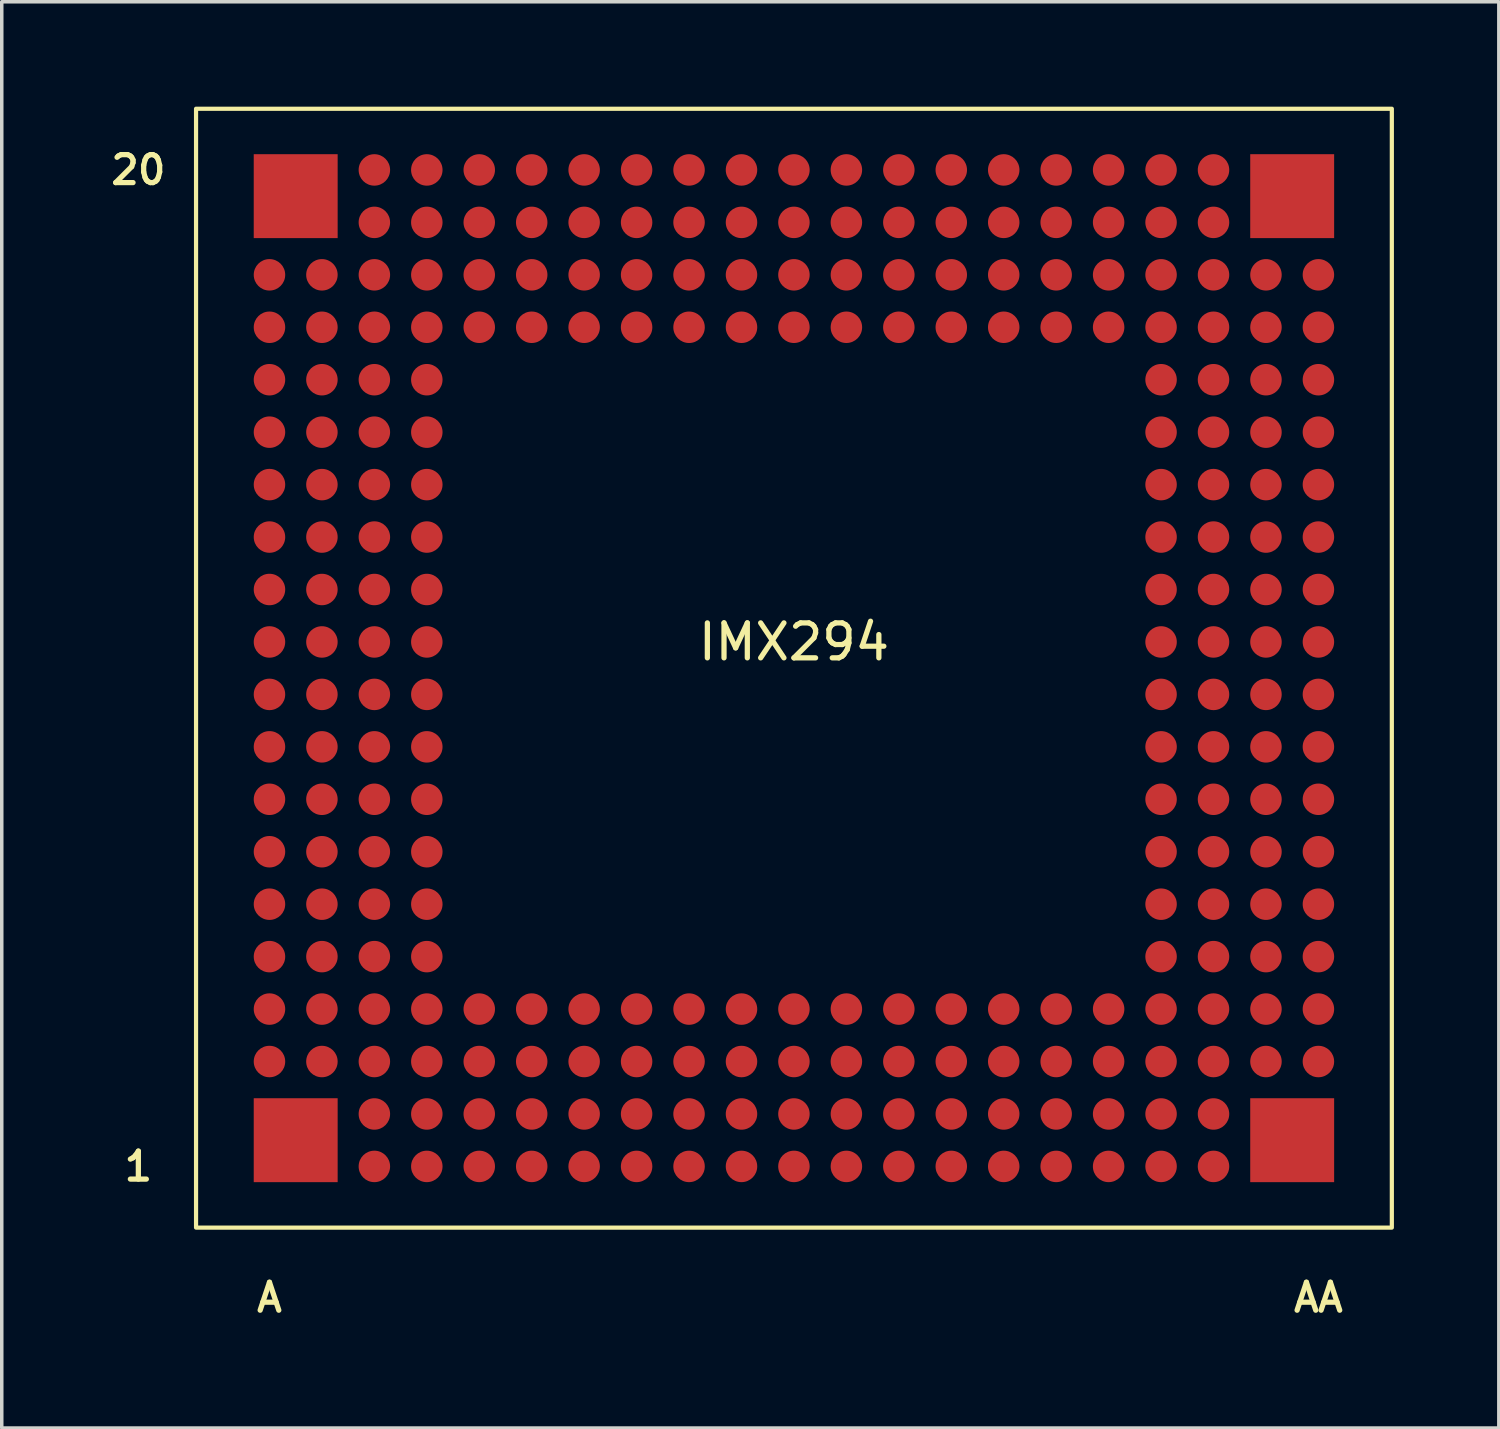
<source format=kicad_pcb>
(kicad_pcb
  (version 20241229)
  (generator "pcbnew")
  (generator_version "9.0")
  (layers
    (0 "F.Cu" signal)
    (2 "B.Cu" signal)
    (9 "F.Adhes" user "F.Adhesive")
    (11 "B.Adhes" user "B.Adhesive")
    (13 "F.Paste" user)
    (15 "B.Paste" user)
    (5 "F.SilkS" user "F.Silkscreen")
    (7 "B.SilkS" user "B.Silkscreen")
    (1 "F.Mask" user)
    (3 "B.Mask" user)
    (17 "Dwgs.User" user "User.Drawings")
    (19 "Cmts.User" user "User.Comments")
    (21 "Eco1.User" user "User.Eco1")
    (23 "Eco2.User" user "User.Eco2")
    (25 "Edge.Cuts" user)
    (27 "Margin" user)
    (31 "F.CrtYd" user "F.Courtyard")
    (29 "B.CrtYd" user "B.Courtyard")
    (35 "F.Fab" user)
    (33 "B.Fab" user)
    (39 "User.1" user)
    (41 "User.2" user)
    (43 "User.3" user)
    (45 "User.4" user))
  (footprint "IMX294"
    (layer "F.Cu")
    (at 19.657 16.06)
    (property "Reference" "IMX294" (at 0 -0.75 0) (unlocked yes) (layer "F.SilkS") (effects (font (size 1 1) (thickness 0.15))))
    (attr smd)
    (fp_rect (start 17.1 -16) (end -17.1 16) (stroke (width 0.12) (type solid)) (fill no) (layer "F.SilkS"))
    (fp_text user "1" (at -18.75 14.25 0) (unlocked yes) (layer "F.SilkS") (effects (font (size 0.8 0.8) (thickness 0.15))))
    (fp_text user "20" (at -18.75 -14.25 0) (unlocked yes) (layer "F.SilkS") (effects (font (size 0.8 0.8) (thickness 0.15))))
    (fp_text user "AA" (at 15 18 0) (unlocked yes) (layer "F.SilkS") (effects (font (size 0.8 0.8) (thickness 0.15))))
    (fp_text user "A" (at -15 18 0) (unlocked yes) (layer "F.SilkS") (effects (font (size 0.8 0.8) (thickness 0.15))))
    (pad "1" smd rect (at -14.25 13.5) (size 2.4 2.4) (layers "F.Cu" "F.Mask" "F.Paste"))
    (pad "2" smd rect (at -14.25 -13.5) (size 2.4 2.4) (layers "F.Cu" "F.Mask" "F.Paste"))
    (pad "3" smd rect (at 14.25 -13.5) (size 2.4 2.4) (layers "F.Cu" "F.Mask" "F.Paste"))
    (pad "4" smd rect (at 14.25 13.5) (size 2.4 2.4) (layers "F.Cu" "F.Mask" "F.Paste"))
    (pad "A3" smd circle (at -15 11.25) (size 0.9 0.9) (layers "F.Cu" "F.Mask" "F.Paste"))
    (pad "A4" smd circle (at -15 9.75) (size 0.9 0.9) (layers "F.Cu" "F.Mask" "F.Paste"))
    (pad "A5" smd circle (at -15 8.25) (size 0.9 0.9) (layers "F.Cu" "F.Mask" "F.Paste"))
    (pad "A6" smd circle (at -15 6.75) (size 0.9 0.9) (layers "F.Cu" "F.Mask" "F.Paste"))
    (pad "A7" smd circle (at -15 5.25) (size 0.9 0.9) (layers "F.Cu" "F.Mask" "F.Paste"))
    (pad "A8" smd circle (at -15 3.75) (size 0.9 0.9) (layers "F.Cu" "F.Mask" "F.Paste"))
    (pad "A9" smd circle (at -15 2.25) (size 0.9 0.9) (layers "F.Cu" "F.Mask" "F.Paste"))
    (pad "A10" smd circle (at -15 0.75) (size 0.9 0.9) (layers "F.Cu" "F.Mask" "F.Paste"))
    (pad "A11" smd circle (at -15 -0.75) (size 0.9 0.9) (layers "F.Cu" "F.Mask" "F.Paste"))
    (pad "A12" smd circle (at -15 -2.25) (size 0.9 0.9) (layers "F.Cu" "F.Mask" "F.Paste"))
    (pad "A13" smd circle (at -15 -3.75) (size 0.9 0.9) (layers "F.Cu" "F.Mask" "F.Paste"))
    (pad "A14" smd circle (at -15 -5.25) (size 0.9 0.9) (layers "F.Cu" "F.Mask" "F.Paste"))
    (pad "A15" smd circle (at -15 -6.75) (size 0.9 0.9) (layers "F.Cu" "F.Mask" "F.Paste"))
    (pad "A16" smd circle (at -15 -8.25) (size 0.9 0.9) (layers "F.Cu" "F.Mask" "F.Paste"))
    (pad "A17" smd circle (at -15 -9.75) (size 0.9 0.9) (layers "F.Cu" "F.Mask" "F.Paste"))
    (pad "A18" smd circle (at -15 -11.25) (size 0.9 0.9) (layers "F.Cu" "F.Mask" "F.Paste"))
    (pad "AA3" smd circle (at 15 11.25) (size 0.9 0.9) (layers "F.Cu" "F.Mask" "F.Paste"))
    (pad "AA4" smd circle (at 15 9.75) (size 0.9 0.9) (layers "F.Cu" "F.Mask" "F.Paste"))
    (pad "AA5" smd circle (at 15 8.25) (size 0.9 0.9) (layers "F.Cu" "F.Mask" "F.Paste"))
    (pad "AA6" smd circle (at 15 6.75) (size 0.9 0.9) (layers "F.Cu" "F.Mask" "F.Paste"))
    (pad "AA7" smd circle (at 15 5.25) (size 0.9 0.9) (layers "F.Cu" "F.Mask" "F.Paste"))
    (pad "AA8" smd circle (at 15 3.75) (size 0.9 0.9) (layers "F.Cu" "F.Mask" "F.Paste"))
    (pad "AA9" smd circle (at 15 2.25) (size 0.9 0.9) (layers "F.Cu" "F.Mask" "F.Paste"))
    (pad "AA10" smd circle (at 15 0.75) (size 0.9 0.9) (layers "F.Cu" "F.Mask" "F.Paste"))
    (pad "AA11" smd circle (at 15 -0.75) (size 0.9 0.9) (layers "F.Cu" "F.Mask" "F.Paste"))
    (pad "AA12" smd circle (at 15 -2.25) (size 0.9 0.9) (layers "F.Cu" "F.Mask" "F.Paste"))
    (pad "AA13" smd circle (at 15 -3.75) (size 0.9 0.9) (layers "F.Cu" "F.Mask" "F.Paste"))
    (pad "AA14" smd circle (at 15 -5.25) (size 0.9 0.9) (layers "F.Cu" "F.Mask" "F.Paste"))
    (pad "AA15" smd circle (at 15 -6.75) (size 0.9 0.9) (layers "F.Cu" "F.Mask" "F.Paste"))
    (pad "AA16" smd circle (at 15 -8.25) (size 0.9 0.9) (layers "F.Cu" "F.Mask" "F.Paste"))
    (pad "AA17" smd circle (at 15 -9.75) (size 0.9 0.9) (layers "F.Cu" "F.Mask" "F.Paste"))
    (pad "AA18" smd circle (at 15 -11.25) (size 0.9 0.9) (layers "F.Cu" "F.Mask" "F.Paste"))
    (pad "B3" smd circle (at -13.5 11.25) (size 0.9 0.9) (layers "F.Cu" "F.Mask" "F.Paste"))
    (pad "B4" smd circle (at -13.5 9.75) (size 0.9 0.9) (layers "F.Cu" "F.Mask" "F.Paste"))
    (pad "B5" smd circle (at -13.5 8.25) (size 0.9 0.9) (layers "F.Cu" "F.Mask" "F.Paste"))
    (pad "B6" smd circle (at -13.5 6.75) (size 0.9 0.9) (layers "F.Cu" "F.Mask" "F.Paste"))
    (pad "B7" smd circle (at -13.5 5.25) (size 0.9 0.9) (layers "F.Cu" "F.Mask" "F.Paste"))
    (pad "B8" smd circle (at -13.5 3.75) (size 0.9 0.9) (layers "F.Cu" "F.Mask" "F.Paste"))
    (pad "B9" smd circle (at -13.5 2.25) (size 0.9 0.9) (layers "F.Cu" "F.Mask" "F.Paste"))
    (pad "B10" smd circle (at -13.5 0.75) (size 0.9 0.9) (layers "F.Cu" "F.Mask" "F.Paste"))
    (pad "B11" smd circle (at -13.5 -0.75) (size 0.9 0.9) (layers "F.Cu" "F.Mask" "F.Paste"))
    (pad "B12" smd circle (at -13.5 -2.25) (size 0.9 0.9) (layers "F.Cu" "F.Mask" "F.Paste"))
    (pad "B13" smd circle (at -13.5 -3.75) (size 0.9 0.9) (layers "F.Cu" "F.Mask" "F.Paste"))
    (pad "B14" smd circle (at -13.5 -5.25) (size 0.9 0.9) (layers "F.Cu" "F.Mask" "F.Paste"))
    (pad "B15" smd circle (at -13.5 -6.75) (size 0.9 0.9) (layers "F.Cu" "F.Mask" "F.Paste"))
    (pad "B16" smd circle (at -13.5 -8.25) (size 0.9 0.9) (layers "F.Cu" "F.Mask" "F.Paste"))
    (pad "B17" smd circle (at -13.5 -9.75) (size 0.9 0.9) (layers "F.Cu" "F.Mask" "F.Paste"))
    (pad "B18" smd circle (at -13.5 -11.25) (size 0.9 0.9) (layers "F.Cu" "F.Mask" "F.Paste"))
    (pad "C1" smd circle (at -12 14.25) (size 0.9 0.9) (layers "F.Cu" "F.Mask" "F.Paste"))
    (pad "C2" smd circle (at -12 12.75) (size 0.9 0.9) (layers "F.Cu" "F.Mask" "F.Paste"))
    (pad "C3" smd circle (at -12 11.25) (size 0.9 0.9) (layers "F.Cu" "F.Mask" "F.Paste"))
    (pad "C4" smd circle (at -12 9.75) (size 0.9 0.9) (layers "F.Cu" "F.Mask" "F.Paste"))
    (pad "C5" smd circle (at -12 8.25) (size 0.9 0.9) (layers "F.Cu" "F.Mask" "F.Paste"))
    (pad "C6" smd circle (at -12 6.75) (size 0.9 0.9) (layers "F.Cu" "F.Mask" "F.Paste"))
    (pad "C7" smd circle (at -12 5.25) (size 0.9 0.9) (layers "F.Cu" "F.Mask" "F.Paste"))
    (pad "C8" smd circle (at -12 3.75) (size 0.9 0.9) (layers "F.Cu" "F.Mask" "F.Paste"))
    (pad "C9" smd circle (at -12 2.25) (size 0.9 0.9) (layers "F.Cu" "F.Mask" "F.Paste"))
    (pad "C10" smd circle (at -12 0.75) (size 0.9 0.9) (layers "F.Cu" "F.Mask" "F.Paste"))
    (pad "C11" smd circle (at -12 -0.75) (size 0.9 0.9) (layers "F.Cu" "F.Mask" "F.Paste"))
    (pad "C12" smd circle (at -12 -2.25) (size 0.9 0.9) (layers "F.Cu" "F.Mask" "F.Paste"))
    (pad "C13" smd circle (at -12 -3.75) (size 0.9 0.9) (layers "F.Cu" "F.Mask" "F.Paste"))
    (pad "C14" smd circle (at -12 -5.25) (size 0.9 0.9) (layers "F.Cu" "F.Mask" "F.Paste"))
    (pad "C15" smd circle (at -12 -6.75) (size 0.9 0.9) (layers "F.Cu" "F.Mask" "F.Paste"))
    (pad "C16" smd circle (at -12 -8.25) (size 0.9 0.9) (layers "F.Cu" "F.Mask" "F.Paste"))
    (pad "C17" smd circle (at -12 -9.75) (size 0.9 0.9) (layers "F.Cu" "F.Mask" "F.Paste"))
    (pad "C18" smd circle (at -12 -11.25) (size 0.9 0.9) (layers "F.Cu" "F.Mask" "F.Paste"))
    (pad "C19" smd circle (at -12 -12.75) (size 0.9 0.9) (layers "F.Cu" "F.Mask" "F.Paste"))
    (pad "C20" smd circle (at -12 -14.25) (size 0.9 0.9) (layers "F.Cu" "F.Mask" "F.Paste"))
    (pad "D1" smd circle (at -10.5 14.25) (size 0.9 0.9) (layers "F.Cu" "F.Mask" "F.Paste"))
    (pad "D2" smd circle (at -10.5 12.75) (size 0.9 0.9) (layers "F.Cu" "F.Mask" "F.Paste"))
    (pad "D3" smd circle (at -10.5 11.25) (size 0.9 0.9) (layers "F.Cu" "F.Mask" "F.Paste"))
    (pad "D4" smd circle (at -10.5 9.75) (size 0.9 0.9) (layers "F.Cu" "F.Mask" "F.Paste"))
    (pad "D5" smd circle (at -10.5 8.25) (size 0.9 0.9) (layers "F.Cu" "F.Mask" "F.Paste"))
    (pad "D6" smd circle (at -10.5 6.75) (size 0.9 0.9) (layers "F.Cu" "F.Mask" "F.Paste"))
    (pad "D7" smd circle (at -10.5 5.25) (size 0.9 0.9) (layers "F.Cu" "F.Mask" "F.Paste"))
    (pad "D8" smd circle (at -10.5 3.75) (size 0.9 0.9) (layers "F.Cu" "F.Mask" "F.Paste"))
    (pad "D9" smd circle (at -10.5 2.25) (size 0.9 0.9) (layers "F.Cu" "F.Mask" "F.Paste"))
    (pad "D10" smd circle (at -10.5 0.75) (size 0.9 0.9) (layers "F.Cu" "F.Mask" "F.Paste"))
    (pad "D11" smd circle (at -10.5 -0.75) (size 0.9 0.9) (layers "F.Cu" "F.Mask" "F.Paste"))
    (pad "D12" smd circle (at -10.5 -2.25) (size 0.9 0.9) (layers "F.Cu" "F.Mask" "F.Paste"))
    (pad "D13" smd circle (at -10.5 -3.75) (size 0.9 0.9) (layers "F.Cu" "F.Mask" "F.Paste"))
    (pad "D14" smd circle (at -10.5 -5.25) (size 0.9 0.9) (layers "F.Cu" "F.Mask" "F.Paste"))
    (pad "D15" smd circle (at -10.5 -6.75) (size 0.9 0.9) (layers "F.Cu" "F.Mask" "F.Paste"))
    (pad "D16" smd circle (at -10.5 -8.25) (size 0.9 0.9) (layers "F.Cu" "F.Mask" "F.Paste"))
    (pad "D17" smd circle (at -10.5 -9.75) (size 0.9 0.9) (layers "F.Cu" "F.Mask" "F.Paste"))
    (pad "D18" smd circle (at -10.5 -11.25) (size 0.9 0.9) (layers "F.Cu" "F.Mask" "F.Paste"))
    (pad "D19" smd circle (at -10.5 -12.75) (size 0.9 0.9) (layers "F.Cu" "F.Mask" "F.Paste"))
    (pad "D20" smd circle (at -10.5 -14.25) (size 0.9 0.9) (layers "F.Cu" "F.Mask" "F.Paste"))
    (pad "E1" smd circle (at -9 14.25) (size 0.9 0.9) (layers "F.Cu" "F.Mask" "F.Paste"))
    (pad "E2" smd circle (at -9 12.75) (size 0.9 0.9) (layers "F.Cu" "F.Mask" "F.Paste"))
    (pad "E3" smd circle (at -9 11.25) (size 0.9 0.9) (layers "F.Cu" "F.Mask" "F.Paste"))
    (pad "E4" smd circle (at -9 9.75) (size 0.9 0.9) (layers "F.Cu" "F.Mask" "F.Paste"))
    (pad "E17" smd circle (at -9 -9.75) (size 0.9 0.9) (layers "F.Cu" "F.Mask" "F.Paste"))
    (pad "E18" smd circle (at -9 -11.25) (size 0.9 0.9) (layers "F.Cu" "F.Mask" "F.Paste"))
    (pad "E19" smd circle (at -9 -12.75) (size 0.9 0.9) (layers "F.Cu" "F.Mask" "F.Paste"))
    (pad "E20" smd circle (at -9 -14.25) (size 0.9 0.9) (layers "F.Cu" "F.Mask" "F.Paste"))
    (pad "F1" smd circle (at -7.5 14.25) (size 0.9 0.9) (layers "F.Cu" "F.Mask" "F.Paste"))
    (pad "F2" smd circle (at -7.5 12.75) (size 0.9 0.9) (layers "F.Cu" "F.Mask" "F.Paste"))
    (pad "F3" smd circle (at -7.5 11.25) (size 0.9 0.9) (layers "F.Cu" "F.Mask" "F.Paste"))
    (pad "F4" smd circle (at -7.5 9.75) (size 0.9 0.9) (layers "F.Cu" "F.Mask" "F.Paste"))
    (pad "F17" smd circle (at -7.5 -9.75) (size 0.9 0.9) (layers "F.Cu" "F.Mask" "F.Paste"))
    (pad "F18" smd circle (at -7.5 -11.25) (size 0.9 0.9) (layers "F.Cu" "F.Mask" "F.Paste"))
    (pad "F19" smd circle (at -7.5 -12.75) (size 0.9 0.9) (layers "F.Cu" "F.Mask" "F.Paste"))
    (pad "F20" smd circle (at -7.5 -14.25) (size 0.9 0.9) (layers "F.Cu" "F.Mask" "F.Paste"))
    (pad "G1" smd circle (at -6 14.25) (size 0.9 0.9) (layers "F.Cu" "F.Mask" "F.Paste"))
    (pad "G2" smd circle (at -6 12.75) (size 0.9 0.9) (layers "F.Cu" "F.Mask" "F.Paste"))
    (pad "G3" smd circle (at -6 11.25) (size 0.9 0.9) (layers "F.Cu" "F.Mask" "F.Paste"))
    (pad "G4" smd circle (at -6 9.75) (size 0.9 0.9) (layers "F.Cu" "F.Mask" "F.Paste"))
    (pad "G17" smd circle (at -6 -9.75) (size 0.9 0.9) (layers "F.Cu" "F.Mask" "F.Paste"))
    (pad "G18" smd circle (at -6 -11.25) (size 0.9 0.9) (layers "F.Cu" "F.Mask" "F.Paste"))
    (pad "G19" smd circle (at -6 -12.75) (size 0.9 0.9) (layers "F.Cu" "F.Mask" "F.Paste"))
    (pad "G20" smd circle (at -6 -14.25) (size 0.9 0.9) (layers "F.Cu" "F.Mask" "F.Paste"))
    (pad "H1" smd circle (at -4.5 14.25) (size 0.9 0.9) (layers "F.Cu" "F.Mask" "F.Paste"))
    (pad "H2" smd circle (at -4.5 12.75) (size 0.9 0.9) (layers "F.Cu" "F.Mask" "F.Paste"))
    (pad "H3" smd circle (at -4.5 11.25) (size 0.9 0.9) (layers "F.Cu" "F.Mask" "F.Paste"))
    (pad "H4" smd circle (at -4.5 9.75) (size 0.9 0.9) (layers "F.Cu" "F.Mask" "F.Paste"))
    (pad "H17" smd circle (at -4.5 -9.75) (size 0.9 0.9) (layers "F.Cu" "F.Mask" "F.Paste"))
    (pad "H18" smd circle (at -4.5 -11.25) (size 0.9 0.9) (layers "F.Cu" "F.Mask" "F.Paste"))
    (pad "H19" smd circle (at -4.5 -12.75) (size 0.9 0.9) (layers "F.Cu" "F.Mask" "F.Paste"))
    (pad "H20" smd circle (at -4.5 -14.25) (size 0.9 0.9) (layers "F.Cu" "F.Mask" "F.Paste"))
    (pad "J1" smd circle (at -3 14.25) (size 0.9 0.9) (layers "F.Cu" "F.Mask" "F.Paste"))
    (pad "J2" smd circle (at -3 12.75) (size 0.9 0.9) (layers "F.Cu" "F.Mask" "F.Paste"))
    (pad "J3" smd circle (at -3 11.25) (size 0.9 0.9) (layers "F.Cu" "F.Mask" "F.Paste"))
    (pad "J4" smd circle (at -3 9.75) (size 0.9 0.9) (layers "F.Cu" "F.Mask" "F.Paste"))
    (pad "J17" smd circle (at -3 -9.75) (size 0.9 0.9) (layers "F.Cu" "F.Mask" "F.Paste"))
    (pad "J18" smd circle (at -3 -11.25) (size 0.9 0.9) (layers "F.Cu" "F.Mask" "F.Paste"))
    (pad "J19" smd circle (at -3 -12.75) (size 0.9 0.9) (layers "F.Cu" "F.Mask" "F.Paste"))
    (pad "J20" smd circle (at -3 -14.25) (size 0.9 0.9) (layers "F.Cu" "F.Mask" "F.Paste"))
    (pad "K1" smd circle (at -1.5 14.25) (size 0.9 0.9) (layers "F.Cu" "F.Mask" "F.Paste"))
    (pad "K2" smd circle (at -1.5 12.75) (size 0.9 0.9) (layers "F.Cu" "F.Mask" "F.Paste"))
    (pad "K3" smd circle (at -1.5 11.25) (size 0.9 0.9) (layers "F.Cu" "F.Mask" "F.Paste"))
    (pad "K4" smd circle (at -1.5 9.75) (size 0.9 0.9) (layers "F.Cu" "F.Mask" "F.Paste"))
    (pad "K17" smd circle (at -1.5 -9.75) (size 0.9 0.9) (layers "F.Cu" "F.Mask" "F.Paste"))
    (pad "K18" smd circle (at -1.5 -11.25) (size 0.9 0.9) (layers "F.Cu" "F.Mask" "F.Paste"))
    (pad "K19" smd circle (at -1.5 -12.75) (size 0.9 0.9) (layers "F.Cu" "F.Mask" "F.Paste"))
    (pad "K20" smd circle (at -1.5 -14.25) (size 0.9 0.9) (layers "F.Cu" "F.Mask" "F.Paste"))
    (pad "L1" smd circle (at 0 14.25) (size 0.9 0.9) (layers "F.Cu" "F.Mask" "F.Paste"))
    (pad "L2" smd circle (at 0 12.75) (size 0.9 0.9) (layers "F.Cu" "F.Mask" "F.Paste"))
    (pad "L3" smd circle (at 0 11.25) (size 0.9 0.9) (layers "F.Cu" "F.Mask" "F.Paste"))
    (pad "L4" smd circle (at 0 9.75) (size 0.9 0.9) (layers "F.Cu" "F.Mask" "F.Paste"))
    (pad "L17" smd circle (at 0 -9.75) (size 0.9 0.9) (layers "F.Cu" "F.Mask" "F.Paste"))
    (pad "L18" smd circle (at 0 -11.25) (size 0.9 0.9) (layers "F.Cu" "F.Mask" "F.Paste"))
    (pad "L19" smd circle (at 0 -12.75) (size 0.9 0.9) (layers "F.Cu" "F.Mask" "F.Paste"))
    (pad "L20" smd circle (at 0 -14.25) (size 0.9 0.9) (layers "F.Cu" "F.Mask" "F.Paste"))
    (pad "M1" smd circle (at 1.5 14.25) (size 0.9 0.9) (layers "F.Cu" "F.Mask" "F.Paste"))
    (pad "M2" smd circle (at 1.5 12.75) (size 0.9 0.9) (layers "F.Cu" "F.Mask" "F.Paste"))
    (pad "M3" smd circle (at 1.5 11.25) (size 0.9 0.9) (layers "F.Cu" "F.Mask" "F.Paste"))
    (pad "M4" smd circle (at 1.5 9.75) (size 0.9 0.9) (layers "F.Cu" "F.Mask" "F.Paste"))
    (pad "M17" smd circle (at 1.5 -9.75) (size 0.9 0.9) (layers "F.Cu" "F.Mask" "F.Paste"))
    (pad "M18" smd circle (at 1.5 -11.25) (size 0.9 0.9) (layers "F.Cu" "F.Mask" "F.Paste"))
    (pad "M19" smd circle (at 1.5 -12.75) (size 0.9 0.9) (layers "F.Cu" "F.Mask" "F.Paste"))
    (pad "M20" smd circle (at 1.5 -14.25) (size 0.9 0.9) (layers "F.Cu" "F.Mask" "F.Paste"))
    (pad "N1" smd circle (at 3 14.25) (size 0.9 0.9) (layers "F.Cu" "F.Mask" "F.Paste"))
    (pad "N2" smd circle (at 3 12.75) (size 0.9 0.9) (layers "F.Cu" "F.Mask" "F.Paste"))
    (pad "N3" smd circle (at 3 11.25) (size 0.9 0.9) (layers "F.Cu" "F.Mask" "F.Paste"))
    (pad "N4" smd circle (at 3 9.75) (size 0.9 0.9) (layers "F.Cu" "F.Mask" "F.Paste"))
    (pad "N17" smd circle (at 3 -9.75) (size 0.9 0.9) (layers "F.Cu" "F.Mask" "F.Paste"))
    (pad "N18" smd circle (at 3 -11.25) (size 0.9 0.9) (layers "F.Cu" "F.Mask" "F.Paste"))
    (pad "N19" smd circle (at 3 -12.75) (size 0.9 0.9) (layers "F.Cu" "F.Mask" "F.Paste"))
    (pad "N20" smd circle (at 3 -14.25) (size 0.9 0.9) (layers "F.Cu" "F.Mask" "F.Paste"))
    (pad "P1" smd circle (at 4.5 14.25) (size 0.9 0.9) (layers "F.Cu" "F.Mask" "F.Paste"))
    (pad "P2" smd circle (at 4.5 12.75) (size 0.9 0.9) (layers "F.Cu" "F.Mask" "F.Paste"))
    (pad "P3" smd circle (at 4.5 11.25) (size 0.9 0.9) (layers "F.Cu" "F.Mask" "F.Paste"))
    (pad "P4" smd circle (at 4.5 9.75) (size 0.9 0.9) (layers "F.Cu" "F.Mask" "F.Paste"))
    (pad "P17" smd circle (at 4.5 -9.75) (size 0.9 0.9) (layers "F.Cu" "F.Mask" "F.Paste"))
    (pad "P18" smd circle (at 4.5 -11.25) (size 0.9 0.9) (layers "F.Cu" "F.Mask" "F.Paste"))
    (pad "P19" smd circle (at 4.5 -12.75) (size 0.9 0.9) (layers "F.Cu" "F.Mask" "F.Paste"))
    (pad "P20" smd circle (at 4.5 -14.25) (size 0.9 0.9) (layers "F.Cu" "F.Mask" "F.Paste"))
    (pad "R1" smd circle (at 6 14.25) (size 0.9 0.9) (layers "F.Cu" "F.Mask" "F.Paste"))
    (pad "R2" smd circle (at 6 12.75) (size 0.9 0.9) (layers "F.Cu" "F.Mask" "F.Paste"))
    (pad "R3" smd circle (at 6 11.25) (size 0.9 0.9) (layers "F.Cu" "F.Mask" "F.Paste"))
    (pad "R4" smd circle (at 6 9.75) (size 0.9 0.9) (layers "F.Cu" "F.Mask" "F.Paste"))
    (pad "R17" smd circle (at 6 -9.75) (size 0.9 0.9) (layers "F.Cu" "F.Mask" "F.Paste"))
    (pad "R18" smd circle (at 6 -11.25) (size 0.9 0.9) (layers "F.Cu" "F.Mask" "F.Paste"))
    (pad "R19" smd circle (at 6 -12.75) (size 0.9 0.9) (layers "F.Cu" "F.Mask" "F.Paste"))
    (pad "R20" smd circle (at 6 -14.25) (size 0.9 0.9) (layers "F.Cu" "F.Mask" "F.Paste"))
    (pad "T1" smd circle (at 7.5 14.25) (size 0.9 0.9) (layers "F.Cu" "F.Mask" "F.Paste"))
    (pad "T2" smd circle (at 7.5 12.75) (size 0.9 0.9) (layers "F.Cu" "F.Mask" "F.Paste"))
    (pad "T3" smd circle (at 7.5 11.25) (size 0.9 0.9) (layers "F.Cu" "F.Mask" "F.Paste"))
    (pad "T4" smd circle (at 7.5 9.75) (size 0.9 0.9) (layers "F.Cu" "F.Mask" "F.Paste"))
    (pad "T17" smd circle (at 7.5 -9.75) (size 0.9 0.9) (layers "F.Cu" "F.Mask" "F.Paste"))
    (pad "T18" smd circle (at 7.5 -11.25) (size 0.9 0.9) (layers "F.Cu" "F.Mask" "F.Paste"))
    (pad "T19" smd circle (at 7.5 -12.75) (size 0.9 0.9) (layers "F.Cu" "F.Mask" "F.Paste"))
    (pad "T20" smd circle (at 7.5 -14.25) (size 0.9 0.9) (layers "F.Cu" "F.Mask" "F.Paste"))
    (pad "U1" smd circle (at 9 14.25) (size 0.9 0.9) (layers "F.Cu" "F.Mask" "F.Paste"))
    (pad "U2" smd circle (at 9 12.75) (size 0.9 0.9) (layers "F.Cu" "F.Mask" "F.Paste"))
    (pad "U3" smd circle (at 9 11.25) (size 0.9 0.9) (layers "F.Cu" "F.Mask" "F.Paste"))
    (pad "U4" smd circle (at 9 9.75) (size 0.9 0.9) (layers "F.Cu" "F.Mask" "F.Paste"))
    (pad "U17" smd circle (at 9 -9.75) (size 0.9 0.9) (layers "F.Cu" "F.Mask" "F.Paste"))
    (pad "U18" smd circle (at 9 -11.25) (size 0.9 0.9) (layers "F.Cu" "F.Mask" "F.Paste"))
    (pad "U19" smd circle (at 9 -12.75) (size 0.9 0.9) (layers "F.Cu" "F.Mask" "F.Paste"))
    (pad "U20" smd circle (at 9 -14.25) (size 0.9 0.9) (layers "F.Cu" "F.Mask" "F.Paste"))
    (pad "V1" smd circle (at 10.5 14.25) (size 0.9 0.9) (layers "F.Cu" "F.Mask" "F.Paste"))
    (pad "V2" smd circle (at 10.5 12.75) (size 0.9 0.9) (layers "F.Cu" "F.Mask" "F.Paste"))
    (pad "V3" smd circle (at 10.5 11.25) (size 0.9 0.9) (layers "F.Cu" "F.Mask" "F.Paste"))
    (pad "V4" smd circle (at 10.5 9.75) (size 0.9 0.9) (layers "F.Cu" "F.Mask" "F.Paste"))
    (pad "V5" smd circle (at 10.5 8.25) (size 0.9 0.9) (layers "F.Cu" "F.Mask" "F.Paste"))
    (pad "V6" smd circle (at 10.5 6.75) (size 0.9 0.9) (layers "F.Cu" "F.Mask" "F.Paste"))
    (pad "V7" smd circle (at 10.5 5.25) (size 0.9 0.9) (layers "F.Cu" "F.Mask" "F.Paste"))
    (pad "V8" smd circle (at 10.5 3.75) (size 0.9 0.9) (layers "F.Cu" "F.Mask" "F.Paste"))
    (pad "V9" smd circle (at 10.5 2.25) (size 0.9 0.9) (layers "F.Cu" "F.Mask" "F.Paste"))
    (pad "V10" smd circle (at 10.5 0.75) (size 0.9 0.9) (layers "F.Cu" "F.Mask" "F.Paste"))
    (pad "V11" smd circle (at 10.5 -0.75) (size 0.9 0.9) (layers "F.Cu" "F.Mask" "F.Paste"))
    (pad "V12" smd circle (at 10.5 -2.25) (size 0.9 0.9) (layers "F.Cu" "F.Mask" "F.Paste"))
    (pad "V13" smd circle (at 10.5 -3.75) (size 0.9 0.9) (layers "F.Cu" "F.Mask" "F.Paste"))
    (pad "V14" smd circle (at 10.5 -5.25) (size 0.9 0.9) (layers "F.Cu" "F.Mask" "F.Paste"))
    (pad "V15" smd circle (at 10.5 -6.75) (size 0.9 0.9) (layers "F.Cu" "F.Mask" "F.Paste"))
    (pad "V16" smd circle (at 10.5 -8.25) (size 0.9 0.9) (layers "F.Cu" "F.Mask" "F.Paste"))
    (pad "V17" smd circle (at 10.5 -9.75) (size 0.9 0.9) (layers "F.Cu" "F.Mask" "F.Paste"))
    (pad "V18" smd circle (at 10.5 -11.25) (size 0.9 0.9) (layers "F.Cu" "F.Mask" "F.Paste"))
    (pad "V19" smd circle (at 10.5 -12.75) (size 0.9 0.9) (layers "F.Cu" "F.Mask" "F.Paste"))
    (pad "V20" smd circle (at 10.5 -14.25) (size 0.9 0.9) (layers "F.Cu" "F.Mask" "F.Paste"))
    (pad "W1" smd circle (at 12 14.25) (size 0.9 0.9) (layers "F.Cu" "F.Mask" "F.Paste"))
    (pad "W2" smd circle (at 12 12.75) (size 0.9 0.9) (layers "F.Cu" "F.Mask" "F.Paste"))
    (pad "W3" smd circle (at 12 11.25) (size 0.9 0.9) (layers "F.Cu" "F.Mask" "F.Paste"))
    (pad "W4" smd circle (at 12 9.75) (size 0.9 0.9) (layers "F.Cu" "F.Mask" "F.Paste"))
    (pad "W5" smd circle (at 12 8.25) (size 0.9 0.9) (layers "F.Cu" "F.Mask" "F.Paste"))
    (pad "W6" smd circle (at 12 6.75) (size 0.9 0.9) (layers "F.Cu" "F.Mask" "F.Paste"))
    (pad "W7" smd circle (at 12 5.25) (size 0.9 0.9) (layers "F.Cu" "F.Mask" "F.Paste"))
    (pad "W8" smd circle (at 12 3.75) (size 0.9 0.9) (layers "F.Cu" "F.Mask" "F.Paste"))
    (pad "W9" smd circle (at 12 2.25) (size 0.9 0.9) (layers "F.Cu" "F.Mask" "F.Paste"))
    (pad "W10" smd circle (at 12 0.75) (size 0.9 0.9) (layers "F.Cu" "F.Mask" "F.Paste"))
    (pad "W11" smd circle (at 12 -0.75) (size 0.9 0.9) (layers "F.Cu" "F.Mask" "F.Paste"))
    (pad "W12" smd circle (at 12 -2.25) (size 0.9 0.9) (layers "F.Cu" "F.Mask" "F.Paste"))
    (pad "W13" smd circle (at 12 -3.75) (size 0.9 0.9) (layers "F.Cu" "F.Mask" "F.Paste"))
    (pad "W14" smd circle (at 12 -5.25) (size 0.9 0.9) (layers "F.Cu" "F.Mask" "F.Paste"))
    (pad "W15" smd circle (at 12 -6.75) (size 0.9 0.9) (layers "F.Cu" "F.Mask" "F.Paste"))
    (pad "W16" smd circle (at 12 -8.25) (size 0.9 0.9) (layers "F.Cu" "F.Mask" "F.Paste"))
    (pad "W17" smd circle (at 12 -9.75) (size 0.9 0.9) (layers "F.Cu" "F.Mask" "F.Paste"))
    (pad "W18" smd circle (at 12 -11.25) (size 0.9 0.9) (layers "F.Cu" "F.Mask" "F.Paste"))
    (pad "W19" smd circle (at 12 -12.75) (size 0.9 0.9) (layers "F.Cu" "F.Mask" "F.Paste"))
    (pad "W20" smd circle (at 12 -14.25) (size 0.9 0.9) (layers "F.Cu" "F.Mask" "F.Paste"))
    (pad "Y3" smd circle (at 13.5 11.25) (size 0.9 0.9) (layers "F.Cu" "F.Mask" "F.Paste"))
    (pad "Y4" smd circle (at 13.5 9.75) (size 0.9 0.9) (layers "F.Cu" "F.Mask" "F.Paste"))
    (pad "Y5" smd circle (at 13.5 8.25) (size 0.9 0.9) (layers "F.Cu" "F.Mask" "F.Paste"))
    (pad "Y6" smd circle (at 13.5 6.75) (size 0.9 0.9) (layers "F.Cu" "F.Mask" "F.Paste"))
    (pad "Y7" smd circle (at 13.5 5.25) (size 0.9 0.9) (layers "F.Cu" "F.Mask" "F.Paste"))
    (pad "Y8" smd circle (at 13.5 3.75) (size 0.9 0.9) (layers "F.Cu" "F.Mask" "F.Paste"))
    (pad "Y9" smd circle (at 13.5 2.25) (size 0.9 0.9) (layers "F.Cu" "F.Mask" "F.Paste"))
    (pad "Y10" smd circle (at 13.5 0.75) (size 0.9 0.9) (layers "F.Cu" "F.Mask" "F.Paste"))
    (pad "Y11" smd circle (at 13.5 -0.75) (size 0.9 0.9) (layers "F.Cu" "F.Mask" "F.Paste"))
    (pad "Y12" smd circle (at 13.5 -2.25) (size 0.9 0.9) (layers "F.Cu" "F.Mask" "F.Paste"))
    (pad "Y13" smd circle (at 13.5 -3.75) (size 0.9 0.9) (layers "F.Cu" "F.Mask" "F.Paste"))
    (pad "Y14" smd circle (at 13.5 -5.25) (size 0.9 0.9) (layers "F.Cu" "F.Mask" "F.Paste"))
    (pad "Y15" smd circle (at 13.5 -6.75) (size 0.9 0.9) (layers "F.Cu" "F.Mask" "F.Paste"))
    (pad "Y16" smd circle (at 13.5 -8.25) (size 0.9 0.9) (layers "F.Cu" "F.Mask" "F.Paste"))
    (pad "Y17" smd circle (at 13.5 -9.75) (size 0.9 0.9) (layers "F.Cu" "F.Mask" "F.Paste"))
    (pad "Y18" smd circle (at 13.5 -11.25) (size 0.9 0.9) (layers "F.Cu" "F.Mask" "F.Paste")))
  (gr_rect
    (start -3 -3)
    (end 39.817 37.791)
    (stroke (width 0.1) (type default))
    (fill no)
    (layer "Edge.Cuts")))
</source>
